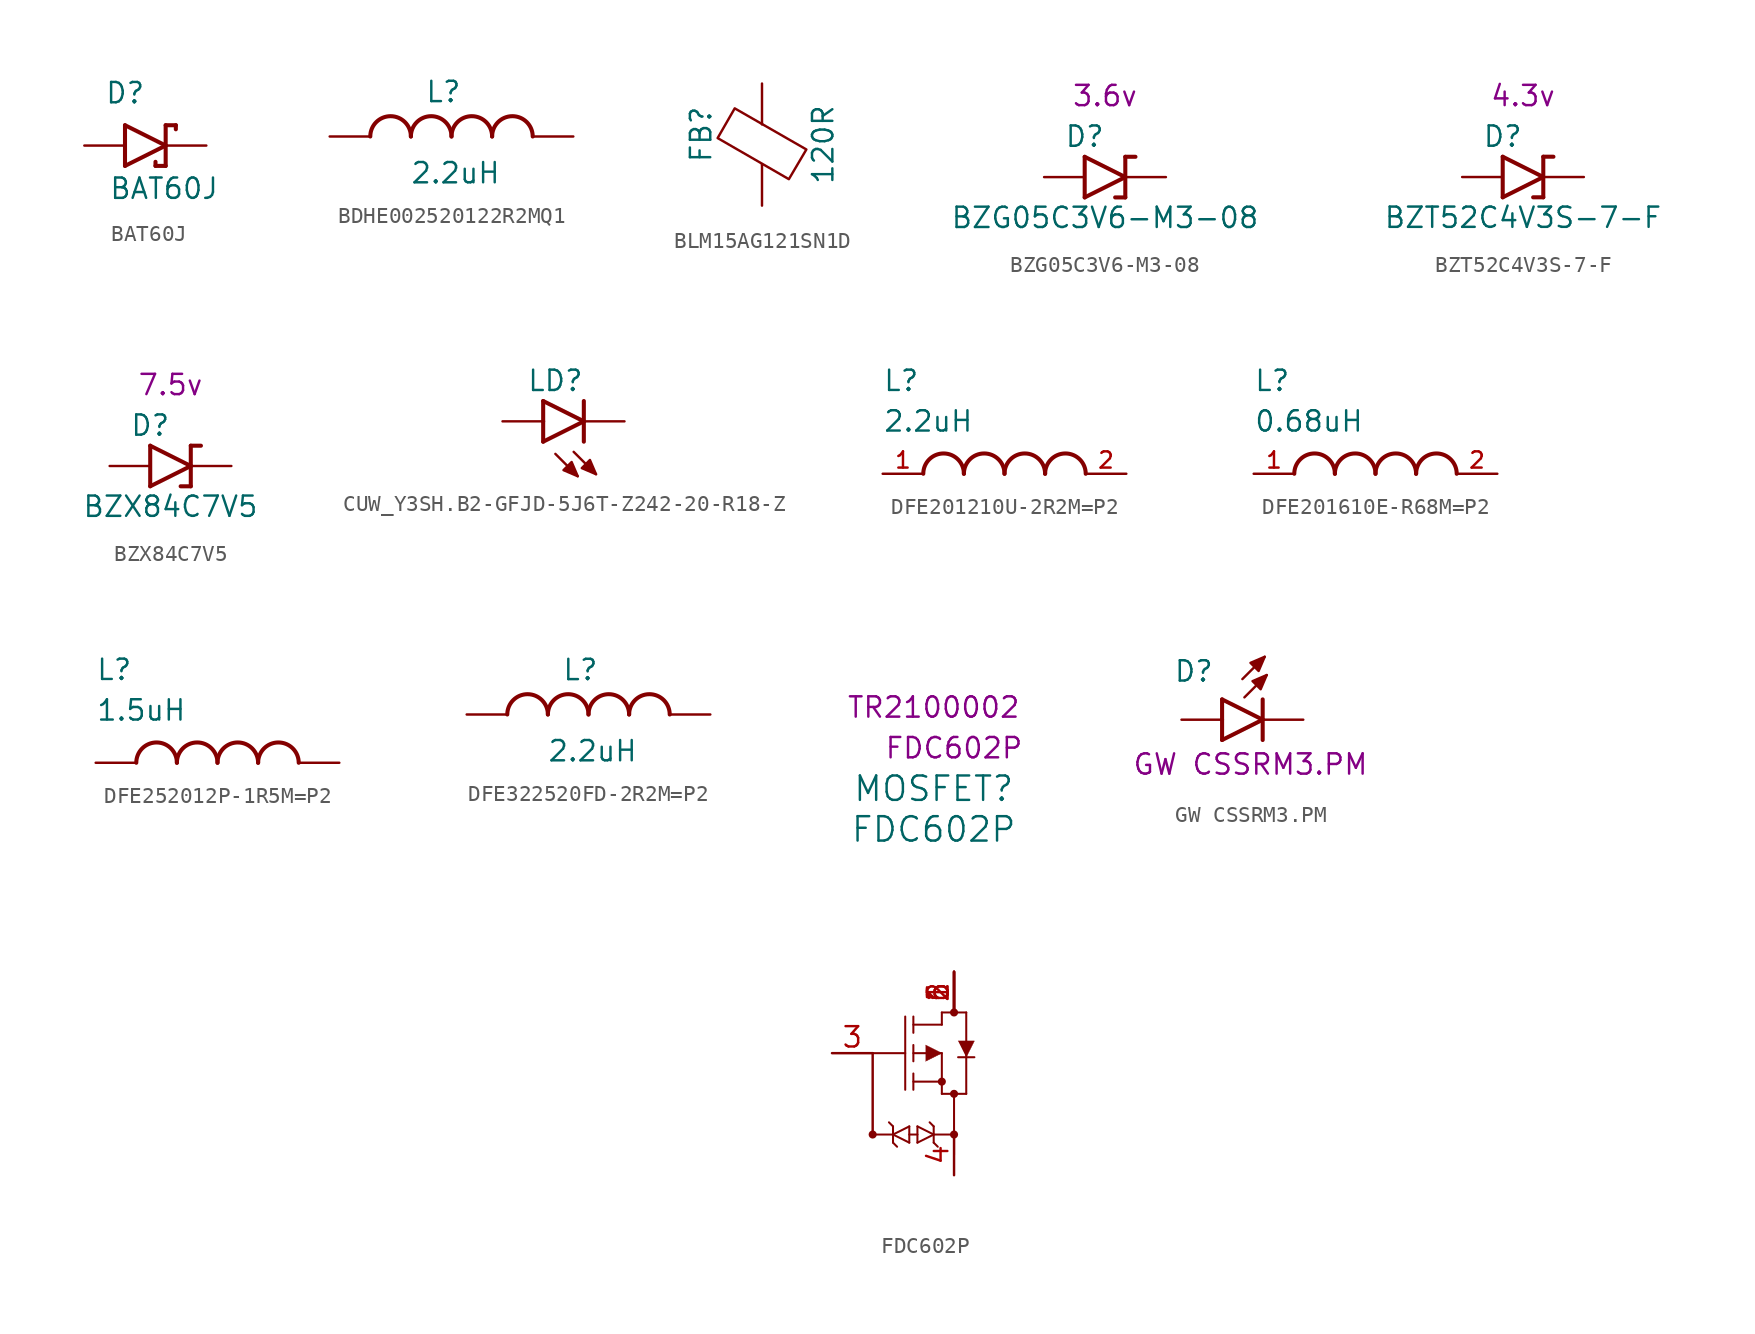
<source format=kicad_sym>
(kicad_symbol_lib
  (version 20241209)
  (generator "kicad_symbol_editor")
  (generator_version "9.0")
  (symbol "BAT60J"
    (pin_numbers
      (hide yes))
    (pin_names
      (offset 1.016)
      (hide yes))
    (property "Reference" "D"
      (at -2.54 2.54 0)
      (effects (font (size 1.27 1.27)) (justify left bottom)))
    (property "Value" "BAT60J"
      (at -2.286 -3.429 0)
      (effects (font (size 1.27 1.27)) (justify left bottom)))
    (symbol "BAT60J_0_0"
      (polyline (pts (xy -1.27 1.27) (xy -1.27 -1.27)) (stroke (width 0.254) (type default)) (fill (type none)))
      (polyline (pts (xy -1.27 -1.27) (xy 1.27 0)) (stroke (width 0.254) (type default)) (fill (type none)))
      (polyline (pts (xy 0.635 -1.016) (xy 0.635 -1.27)) (stroke (width 0.254) (type default)) (fill (type none)))
      (polyline (pts (xy 1.27 1.27) (xy 1.27 0)) (stroke (width 0.254) (type default)) (fill (type none)))
      (polyline (pts (xy 1.27 0) (xy -1.27 1.27)) (stroke (width 0.254) (type default)) (fill (type none)))
      (polyline (pts (xy 1.27 0) (xy 1.27 -1.27)) (stroke (width 0.254) (type default)) (fill (type none)))
      (polyline (pts (xy 1.27 -1.27) (xy 0.635 -1.27)) (stroke (width 0.254) (type default)) (fill (type none)))
      (polyline (pts (xy 1.905 1.27) (xy 1.27 1.27)) (stroke (width 0.254) (type default)) (fill (type none)))
      (polyline (pts (xy 1.905 1.27) (xy 1.905 1.016)) (stroke (width 0.254) (type default)) (fill (type none))))
    (symbol "BAT60J_1_0"
      (pin passive line (at -3.81 0 0) (length 2.54) (name "" (effects (font (size 1.016 1.016)))) (number "A" (effects (font (size 1.016 1.016)))))
      (pin passive line (at 3.81 0 180) (length 2.54) (name "" (effects (font (size 1.016 1.016)))) (number "C" (effects (font (size 1.016 1.016)))))))
  (symbol "BDHE002520122R2MQ1"
    (pin_numbers
      (hide yes))
    (pin_names
      (hide yes))
    (property "Reference" "L"
      (at 7.112 2.794 0)
      (effects (font (size 1.27 1.27))))
    (property "Value" "2.2uH"
      (at 7.874 -2.286 0)
      (effects (font (size 1.27 1.27))))
    (symbol "BDHE002520122R2MQ1_0_0"
      (arc (start 2.54 0) (mid 3.81 1.2645) (end 5.08 0) (stroke (width 0.254) (type default)) (fill (type none)))
      (arc (start 5.08 0) (mid 6.35 1.2645) (end 7.62 0) (stroke (width 0.254) (type default)) (fill (type none)))
      (arc (start 7.62 0) (mid 8.89 1.2645) (end 10.16 0) (stroke (width 0.254) (type default)) (fill (type none)))
      (arc (start 10.16 0) (mid 11.43 1.2645) (end 12.7 0) (stroke (width 0.254) (type default)) (fill (type none)))
      (pin passive line (at 0 0 0) (length 2.54) (name "~" (effects (font (size 1.016 1.016)))) (number "1" (effects (font (size 1.016 1.016)))))
      (pin passive line (at 15.24 0 180) (length 2.54) (name "~" (effects (font (size 1.016 1.016)))) (number "2" (effects (font (size 1.016 1.016)))))))
  (symbol "BLM15AG121SN1D"
    (pin_numbers
      (hide yes))
    (pin_names
      (offset 0))
    (property "Reference" "FB"
      (at -3.81 0.635 90)
      (effects (font (size 1.27 1.27))))
    (property "Value" "120R"
      (at 3.81 0 90)
      (effects (font (size 1.27 1.27))))
    (symbol "BLM15AG121SN1D_0_1"
      (polyline (pts (xy -2.769 0.406) (xy -1.702 2.261) (xy 2.769 -0.305) (xy 1.676 -2.159) (xy -2.769 0.406)) (stroke (width 0) (type default)) (fill (type none)))
      (polyline (pts (xy 0 1.27) (xy 0 1.295)) (stroke (width 0) (type default)) (fill (type none)))
      (polyline (pts (xy 0 -1.27) (xy 0 -1.219)) (stroke (width 0) (type default)) (fill (type none))))
    (symbol "BLM15AG121SN1D_1_1"
      (pin passive line (at 0 3.81 270) (length 2.54) (name "~" (effects (font (size 1.27 1.27)))) (number "1" (effects (font (size 1.27 1.27)))))
      (pin passive line (at 0 -3.81 90) (length 2.54) (name "~" (effects (font (size 1.27 1.27)))) (number "2" (effects (font (size 1.27 1.27)))))))
  (symbol "BZG05C3V6-M3-08"
    (pin_numbers
      (hide yes))
    (pin_names
      (hide yes))
    (property "Reference" "D"
      (at -1.27 2.54 0)
      (effects (font (size 1.27 1.27))))
    (property "Value" "BZG05C3V6-M3-08"
      (at 0 -2.54 0)
      (effects (font (size 1.27 1.27))))
    (property "VZ" "3.6v"
      (at 0 5.08 0)
      (effects (font (size 1.27 1.27))))
    (symbol "BZG05C3V6-M3-08_0_0"
      (polyline (pts (xy -1.27 1.27) (xy -1.27 -1.27)) (stroke (width 0.254) (type default)) (fill (type none)))
      (polyline (pts (xy -1.27 -1.27) (xy 1.27 0)) (stroke (width 0.254) (type default)) (fill (type none)))
      (polyline (pts (xy 1.27 1.27) (xy 1.27 0)) (stroke (width 0.254) (type default)) (fill (type none)))
      (polyline (pts (xy 1.27 0) (xy -1.27 1.27)) (stroke (width 0.254) (type default)) (fill (type none)))
      (polyline (pts (xy 1.27 0) (xy 1.27 -1.27)) (stroke (width 0.254) (type default)) (fill (type none)))
      (polyline (pts (xy 1.27 -1.27) (xy 0.635 -1.27)) (stroke (width 0.254) (type default)) (fill (type none)))
      (polyline (pts (xy 1.905 1.27) (xy 1.27 1.27)) (stroke (width 0.254) (type default)) (fill (type none))))
    (symbol "BZG05C3V6-M3-08_1_0"
      (pin passive line (at -3.81 0 0) (length 2.54) (name "" (effects (font (size 1.016 1.016)))) (number "A" (effects (font (size 1.016 1.016)))))
      (pin passive line (at 3.81 0 180) (length 2.54) (name "" (effects (font (size 1.016 1.016)))) (number "C" (effects (font (size 1.016 1.016)))))))
  (symbol "BZT52C4V3S-7-F"
    (pin_numbers
      (hide yes))
    (pin_names
      (hide yes))
    (property "Reference" "D"
      (at -1.27 2.54 0)
      (effects (font (size 1.27 1.27))))
    (property "Value" "BZT52C4V3S-7-F"
      (at 0 -2.54 0)
      (effects (font (size 1.27 1.27))))
    (property "VZ" "4.3v"
      (at 0 5.08 0)
      (effects (font (size 1.27 1.27))))
    (symbol "BZT52C4V3S-7-F_0_0"
      (polyline (pts (xy -1.27 1.27) (xy -1.27 -1.27)) (stroke (width 0.254) (type default)) (fill (type none)))
      (polyline (pts (xy -1.27 -1.27) (xy 1.27 0)) (stroke (width 0.254) (type default)) (fill (type none)))
      (polyline (pts (xy 1.27 1.27) (xy 1.27 0)) (stroke (width 0.254) (type default)) (fill (type none)))
      (polyline (pts (xy 1.27 0) (xy -1.27 1.27)) (stroke (width 0.254) (type default)) (fill (type none)))
      (polyline (pts (xy 1.27 0) (xy 1.27 -1.27)) (stroke (width 0.254) (type default)) (fill (type none)))
      (polyline (pts (xy 1.27 -1.27) (xy 0.635 -1.27)) (stroke (width 0.254) (type default)) (fill (type none)))
      (polyline (pts (xy 1.905 1.27) (xy 1.27 1.27)) (stroke (width 0.254) (type default)) (fill (type none))))
    (symbol "BZT52C4V3S-7-F_1_0"
      (pin passive line (at -3.81 0 0) (length 2.54) (name "" (effects (font (size 1.016 1.016)))) (number "A" (effects (font (size 1.016 1.016)))))
      (pin passive line (at 3.81 0 180) (length 2.54) (name "" (effects (font (size 1.016 1.016)))) (number "C" (effects (font (size 1.016 1.016)))))))
  (symbol "BZX84C7V5"
    (pin_numbers
      (hide yes))
    (pin_names
      (hide yes))
    (property "Reference" "D"
      (at -1.27 2.54 0)
      (effects (font (size 1.27 1.27))))
    (property "Value" "BZX84C7V5"
      (at 0 -2.54 0)
      (effects (font (size 1.27 1.27))))
    (property "VZ" "7.5v"
      (at 0 5.08 0)
      (effects (font (size 1.27 1.27))))
    (symbol "BZX84C7V5_0_0"
      (polyline (pts (xy -1.27 1.27) (xy -1.27 -1.27)) (stroke (width 0.254) (type default)) (fill (type none)))
      (polyline (pts (xy -1.27 -1.27) (xy 1.27 0)) (stroke (width 0.254) (type default)) (fill (type none)))
      (polyline (pts (xy 1.27 1.27) (xy 1.27 0)) (stroke (width 0.254) (type default)) (fill (type none)))
      (polyline (pts (xy 1.27 0) (xy -1.27 1.27)) (stroke (width 0.254) (type default)) (fill (type none)))
      (polyline (pts (xy 1.27 0) (xy 1.27 -1.27)) (stroke (width 0.254) (type default)) (fill (type none)))
      (polyline (pts (xy 1.27 -1.27) (xy 0.635 -1.27)) (stroke (width 0.254) (type default)) (fill (type none)))
      (polyline (pts (xy 1.905 1.27) (xy 1.27 1.27)) (stroke (width 0.254) (type default)) (fill (type none))))
    (symbol "BZX84C7V5_1_0"
      (pin passive line (at -3.81 0 0) (length 2.54) (name "" (effects (font (size 1.016 1.016)))) (number "1" (effects (font (size 1.016 1.016)))))
      (pin passive line (at 3.81 0 180) (length 2.54) (name "" (effects (font (size 1.016 1.016)))) (number "3" (effects (font (size 1.016 1.016)))))))
  (symbol "CUW_Y3SH.B2-GFJD-5J6T-Z242-20-R18-Z"
    (pin_numbers
      (hide yes))
    (pin_names
      (hide yes))
    (property "Reference" "LD"
      (at 3.302 2.54 0)
      (effects (font (size 1.27 1.27))))
    (property "Value" ""
      (at 7.62 -2.54 0)
      (effects (font (size 1.27 1.27))))
    (symbol "CUW_Y3SH.B2-GFJD-5J6T-Z242-20-R18-Z_0_0"
      (polyline (pts (xy 2.54 1.27) (xy 2.54 0)) (stroke (width 0.254) (type default)) (fill (type none)))
      (polyline (pts (xy 2.54 1.27) (xy 5.08 0)) (stroke (width 0.254) (type default)) (fill (type none)))
      (polyline (pts (xy 2.54 0) (xy 2.54 -1.27)) (stroke (width 0.254) (type default)) (fill (type none)))
      (polyline (pts (xy 3.302 -2.032) (xy 4.699 -3.429)) (stroke (width 0.152) (type default)) (fill (type none)))
      (polyline (pts (xy 4.445 -1.905) (xy 5.842 -3.302)) (stroke (width 0.152) (type default)) (fill (type none)))
      (polyline (pts (xy 4.699 -3.429) (xy 3.81 -3.048) (xy 4.318 -2.54) (xy 4.699 -3.429)) (stroke (width 0.152) (type default)) (fill (type outline)))
      (polyline (pts (xy 5.08 1.27) (xy 5.08 0)) (stroke (width 0.254) (type default)) (fill (type none)))
      (polyline (pts (xy 5.08 0) (xy 2.54 -1.27)) (stroke (width 0.254) (type default)) (fill (type none)))
      (polyline (pts (xy 5.08 0) (xy 5.08 -1.27)) (stroke (width 0.254) (type default)) (fill (type none)))
      (polyline (pts (xy 5.842 -3.302) (xy 4.953 -2.921) (xy 5.461 -2.413) (xy 5.842 -3.302)) (stroke (width 0.152) (type default)) (fill (type outline)))
      (pin passive line (at 0 0 0) (length 2.54) (name "A" (effects (font (size 1.016 1.016)))) (number "A" (effects (font (size 1.016 1.016)))))
      (pin passive line (at 7.62 0 180) (length 2.54) (name "C" (effects (font (size 1.016 1.016)))) (number "C" (effects (font (size 1.016 1.016)))))))
  (symbol "DFE201210U-2R2M=P2"
    (pin_names
      (offset 1.016))
    (property "Reference" "L"
      (at -7.62 5.08 0)
      (effects (font (size 1.27 1.27)) (justify left bottom)))
    (property "Value" "2.2uH"
      (at -7.62 2.54 0)
      (effects (font (size 1.27 1.27)) (justify left bottom)))
    (symbol "DFE201210U-2R2M=P2_0_0"
      (arc (start -5.08 0) (mid -3.81 1.2645) (end -2.54 0) (stroke (width 0.254) (type default)) (fill (type none)))
      (arc (start -2.54 0) (mid -1.27 1.2645) (end 0 0) (stroke (width 0.254) (type default)) (fill (type none)))
      (arc (start 0 0) (mid 1.27 1.2645) (end 2.54 0) (stroke (width 0.254) (type default)) (fill (type none)))
      (arc (start 2.54 0) (mid 3.81 1.2645) (end 5.08 0) (stroke (width 0.254) (type default)) (fill (type none)))
      (pin passive line (at -7.62 0 0) (length 2.54) (name "~" (effects (font (size 1.016 1.016)))) (number "1" (effects (font (size 1.016 1.016)))))
      (pin passive line (at 7.62 0 180) (length 2.54) (name "~" (effects (font (size 1.016 1.016)))) (number "2" (effects (font (size 1.016 1.016)))))))
  (symbol "DFE201610E-R68M=P2"
    (pin_names
      (offset 1.016))
    (property "Reference" "L"
      (at -7.62 5.08 0)
      (effects (font (size 1.27 1.27)) (justify left bottom)))
    (property "Value" "0.68uH"
      (at -7.62 2.54 0)
      (effects (font (size 1.27 1.27)) (justify left bottom)))
    (symbol "DFE201610E-R68M=P2_0_0"
      (arc (start -5.08 0) (mid -3.81 1.2645) (end -2.54 0) (stroke (width 0.254) (type default)) (fill (type none)))
      (arc (start -2.54 0) (mid -1.27 1.2645) (end 0 0) (stroke (width 0.254) (type default)) (fill (type none)))
      (arc (start 0 0) (mid 1.27 1.2645) (end 2.54 0) (stroke (width 0.254) (type default)) (fill (type none)))
      (arc (start 2.54 0) (mid 3.81 1.2645) (end 5.08 0) (stroke (width 0.254) (type default)) (fill (type none)))
      (pin passive line (at -7.62 0 0) (length 2.54) (name "~" (effects (font (size 1.016 1.016)))) (number "1" (effects (font (size 1.016 1.016)))))
      (pin passive line (at 7.62 0 180) (length 2.54) (name "~" (effects (font (size 1.016 1.016)))) (number "2" (effects (font (size 1.016 1.016)))))))
  (symbol "DFE252012P-1R5M=P2"
    (pin_numbers
      (hide yes))
    (pin_names
      (offset 1.016)
      (hide yes))
    (property "Reference" "L"
      (at -7.62 5.08 0)
      (effects (font (size 1.27 1.27)) (justify left bottom)))
    (property "Value" "1.5uH"
      (at -7.62 2.54 0)
      (effects (font (size 1.27 1.27)) (justify left bottom)))
    (symbol "DFE252012P-1R5M=P2_0_0"
      (arc (start -5.08 0) (mid -3.81 1.2645) (end -2.54 0) (stroke (width 0.254) (type default)) (fill (type none)))
      (arc (start -2.54 0) (mid -1.27 1.2645) (end 0 0) (stroke (width 0.254) (type default)) (fill (type none)))
      (arc (start 0 0) (mid 1.27 1.2645) (end 2.54 0) (stroke (width 0.254) (type default)) (fill (type none)))
      (arc (start 2.54 0) (mid 3.81 1.2645) (end 5.08 0) (stroke (width 0.254) (type default)) (fill (type none)))
      (pin passive line (at -7.62 0 0) (length 2.54) (name "~" (effects (font (size 1.016 1.016)))) (number "1" (effects (font (size 1.016 1.016)))))
      (pin passive line (at 7.62 0 180) (length 2.54) (name "~" (effects (font (size 1.016 1.016)))) (number "2" (effects (font (size 1.016 1.016)))))))
  (symbol "DFE322520FD-2R2M=P2"
    (pin_numbers
      (hide yes))
    (pin_names
      (hide yes))
    (property "Reference" "L"
      (at 7.112 2.794 0)
      (effects (font (size 1.27 1.27))))
    (property "Value" "2.2uH"
      (at 7.874 -2.286 0)
      (effects (font (size 1.27 1.27))))
    (symbol "DFE322520FD-2R2M=P2_0_0"
      (arc (start 2.54 0) (mid 3.81 1.2645) (end 5.08 0) (stroke (width 0.254) (type default)) (fill (type none)))
      (arc (start 5.08 0) (mid 6.35 1.2645) (end 7.62 0) (stroke (width 0.254) (type default)) (fill (type none)))
      (arc (start 7.62 0) (mid 8.89 1.2645) (end 10.16 0) (stroke (width 0.254) (type default)) (fill (type none)))
      (arc (start 10.16 0) (mid 11.43 1.2645) (end 12.7 0) (stroke (width 0.254) (type default)) (fill (type none)))
      (pin passive line (at 0 0 0) (length 2.54) (name "~" (effects (font (size 1.016 1.016)))) (number "1" (effects (font (size 1.016 1.016)))))
      (pin passive line (at 15.24 0 180) (length 2.54) (name "~" (effects (font (size 1.016 1.016)))) (number "2" (effects (font (size 1.016 1.016)))))))
  (symbol "FDC602P"
    (pin_names
      (offset 0.254))
    (property "Reference" "MOSFET"
      (at 0 16.51 0)
      (effects (font (size 1.524 1.524))))
    (property "Value" "FDC602P"
      (at 0 13.97 0)
      (effects (font (size 1.524 1.524))))
    (property "PartNumber" "FDC602P"
      (at 1.27 19.05 0)
      (effects (font (size 1.27 1.27))))
    (property "AdmetecPN" "TR2100002"
      (at 0 21.59 0)
      (effects (font (size 1.27 1.27))))
    (symbol "FDC602P_0_1"
      (polyline (pts (xy -3.81 0) (xy -1.778 0)) (stroke (width 0.127) (type default)) (fill (type none)))
      (circle (center -3.81 -5.08) (radius 0.127) (stroke (width 0.254) (type default)) (fill (type none)))
      (polyline (pts (xy -3.81 -5.08) (xy -3.81 0)) (stroke (width 0) (type default)) (fill (type none)))
      (polyline (pts (xy -2.54 -4.572) (xy -2.794 -4.318)) (stroke (width 0.127) (type default)) (fill (type none)))
      (polyline (pts (xy -2.54 -5.08) (xy -3.81 -5.08)) (stroke (width 0.127) (type default)) (fill (type none)))
      (polyline (pts (xy -2.54 -5.08) (xy -1.524 -4.572)) (stroke (width 0.127) (type default)) (fill (type none)))
      (polyline (pts (xy -2.54 -5.588) (xy -2.54 -4.572)) (stroke (width 0.127) (type default)) (fill (type none)))
      (polyline (pts (xy -2.54 -5.588) (xy -2.286 -5.842)) (stroke (width 0.127) (type default)) (fill (type none)))
      (polyline (pts (xy -1.778 -2.286) (xy -1.778 2.286)) (stroke (width 0.127) (type default)) (fill (type none)))
      (polyline (pts (xy -1.524 -4.572) (xy -1.524 -5.588)) (stroke (width 0.127) (type default)) (fill (type none)))
      (polyline (pts (xy -1.524 -5.08) (xy -1.016 -5.08)) (stroke (width 0.127) (type default)) (fill (type none)))
      (polyline (pts (xy -1.524 -5.588) (xy -2.54 -5.08)) (stroke (width 0.127) (type default)) (fill (type none)))
      (polyline (pts (xy -1.27 1.778) (xy 0.508 1.778)) (stroke (width 0.127) (type default)) (fill (type none)))
      (polyline (pts (xy -1.27 1.27) (xy -1.27 2.286)) (stroke (width 0.127) (type default)) (fill (type none)))
      (polyline (pts (xy -1.27 0) (xy 0.508 0)) (stroke (width 0.127) (type default)) (fill (type none)))
      (polyline (pts (xy -1.27 -0.508) (xy -1.27 0.508)) (stroke (width 0.127) (type default)) (fill (type none)))
      (polyline (pts (xy -1.27 -1.778) (xy 0.508 -1.778)) (stroke (width 0.127) (type default)) (fill (type none)))
      (polyline (pts (xy -1.27 -2.286) (xy -1.27 -1.27)) (stroke (width 0.127) (type default)) (fill (type none)))
      (polyline (pts (xy -1.016 -4.572) (xy 0 -5.08)) (stroke (width 0.127) (type default)) (fill (type none)))
      (polyline (pts (xy -1.016 -5.588) (xy -1.016 -4.572)) (stroke (width 0.127) (type default)) (fill (type none)))
      (polyline (pts (xy -0.508 0.508) (xy 0.508 0) (xy -0.508 -0.508)) (stroke (width 0.025) (type default)) (fill (type outline)))
      (polyline (pts (xy 0 -4.572) (xy -0.254 -4.318)) (stroke (width 0.127) (type default)) (fill (type none)))
      (polyline (pts (xy 0 -4.572) (xy 0 -5.588)) (stroke (width 0.127) (type default)) (fill (type none)))
      (polyline (pts (xy 0 -5.08) (xy -1.016 -5.588)) (stroke (width 0.127) (type default)) (fill (type none)))
      (polyline (pts (xy 0 -5.08) (xy 1.27 -5.08)) (stroke (width 0.127) (type default)) (fill (type none)))
      (polyline (pts (xy 0 -5.588) (xy 0.254 -5.842)) (stroke (width 0.127) (type default)) (fill (type none)))
      (polyline (pts (xy 0.508 2.54) (xy 2.032 2.54)) (stroke (width 0.127) (type default)) (fill (type none)))
      (polyline (pts (xy 0.508 1.778) (xy 0.508 2.54)) (stroke (width 0.127) (type default)) (fill (type none)))
      (circle (center 0.508 -1.778) (radius 0.127) (stroke (width 0.254) (type default)) (fill (type none)))
      (polyline (pts (xy 0.508 -2.54) (xy 0.508 0)) (stroke (width 0.127) (type default)) (fill (type none)))
      (polyline (pts (xy 0.508 -2.54) (xy 2.032 -2.54)) (stroke (width 0.127) (type default)) (fill (type none)))
      (circle (center 1.27 2.54) (radius 0.127) (stroke (width 0.254) (type default)) (fill (type none)))
      (circle (center 1.27 -2.54) (radius 0.127) (stroke (width 0.254) (type default)) (fill (type none)))
      (circle (center 1.27 -5.08) (radius 0.127) (stroke (width 0.254) (type default)) (fill (type none)))
      (polyline (pts (xy 1.27 -6.35) (xy 1.27 -2.54)) (stroke (width 0.127) (type default)) (fill (type none)))
      (polyline (pts (xy 1.524 0.762) (xy 2.54 0.762) (xy 2.032 -0.254)) (stroke (width 0.025) (type default)) (fill (type outline)))
      (polyline (pts (xy 1.524 -0.254) (xy 2.54 -0.254)) (stroke (width 0.127) (type default)) (fill (type none)))
      (polyline (pts (xy 2.032 -2.54) (xy 2.032 2.54)) (stroke (width 0.127) (type default)) (fill (type none))))
    (symbol "FDC602P_1_1"
      (pin passive line (at -6.35 0 0) (length 2.54) (name "" (effects (font (size 1.27 1.27)))) (number "3" (effects (font (size 1.27 1.27)))))
      (pin passive line (at 1.27 5.08 270) (length 2.54) (name "" (effects (font (size 1.27 1.27)))) (number "1" (effects (font (size 1.27 1.27)))))
      (pin passive line (at 1.27 5.08 270) (length 2.54) (name "" (effects (font (size 1.27 1.27)))) (number "2" (effects (font (size 1.27 1.27)))))
      (pin passive line (at 1.27 5.08 270) (length 2.54) (name "" (effects (font (size 1.27 1.27)))) (number "5" (effects (font (size 1.27 1.27)))))
      (pin passive line (at 1.27 5.08 270) (length 2.54) (name "" (effects (font (size 1.27 1.27)))) (number "6" (effects (font (size 1.27 1.27)))))
      (pin passive line (at 1.27 -7.62 90) (length 2.54) (name "" (effects (font (size 1.27 1.27)))) (number "4" (effects (font (size 1.27 1.27)))))))
  (symbol "GW CSSRM3.PM"
    (pin_numbers
      (hide yes))
    (pin_names
      (offset 1.016)
      (hide yes))
    (property "Reference" "D"
      (at -0.508 2.286 0)
      (effects (font (size 1.27 1.27)) (justify left bottom)))
    (property "PartNumber" "GW CSSRM3.PM"
      (at 4.318 -2.794 0)
      (effects (font (size 1.27 1.27))))
    (symbol "GW CSSRM3.PM_0_0"
      (polyline (pts (xy 2.54 1.27) (xy 2.54 0)) (stroke (width 0.254) (type default)) (fill (type none)))
      (polyline (pts (xy 2.54 1.27) (xy 5.08 0)) (stroke (width 0.254) (type default)) (fill (type none)))
      (polyline (pts (xy 2.54 0) (xy 2.54 -1.27)) (stroke (width 0.254) (type default)) (fill (type none)))
      (polyline (pts (xy 3.81 2.54) (xy 5.207 3.937)) (stroke (width 0.152) (type default)) (fill (type none)))
      (polyline (pts (xy 3.937 1.397) (xy 5.334 2.794)) (stroke (width 0.152) (type default)) (fill (type none)))
      (polyline (pts (xy 5.08 1.27) (xy 5.08 0)) (stroke (width 0.254) (type default)) (fill (type none)))
      (polyline (pts (xy 5.08 0) (xy 2.54 -1.27)) (stroke (width 0.254) (type default)) (fill (type none)))
      (polyline (pts (xy 5.08 0) (xy 5.08 -1.27)) (stroke (width 0.254) (type default)) (fill (type none)))
      (polyline (pts (xy 5.207 3.937) (xy 4.826 3.048) (xy 4.318 3.556) (xy 5.207 3.937)) (stroke (width 0.152) (type default)) (fill (type outline)))
      (polyline (pts (xy 5.334 2.794) (xy 4.953 1.905) (xy 4.445 2.413) (xy 5.334 2.794)) (stroke (width 0.152) (type default)) (fill (type outline)))
      (pin passive line (at 0 0 0) (length 2.54) (name "A" (effects (font (size 1.016 1.016)))) (number "A" (effects (font (size 1.016 1.016)))))
      (pin passive line (at 7.62 0 180) (length 2.54) (name "C" (effects (font (size 1.016 1.016)))) (number "C" (effects (font (size 1.016 1.016))))))
    (symbol "GW CSSRM3.PM_1_1"
      (pin input line (at 3.81 -3.81 90) (length 2.54) (hide yes) (name "" (effects (font (size 1.27 1.27)))) (number "EP" (effects (font (size 1.27 1.27))))))))
</source>
